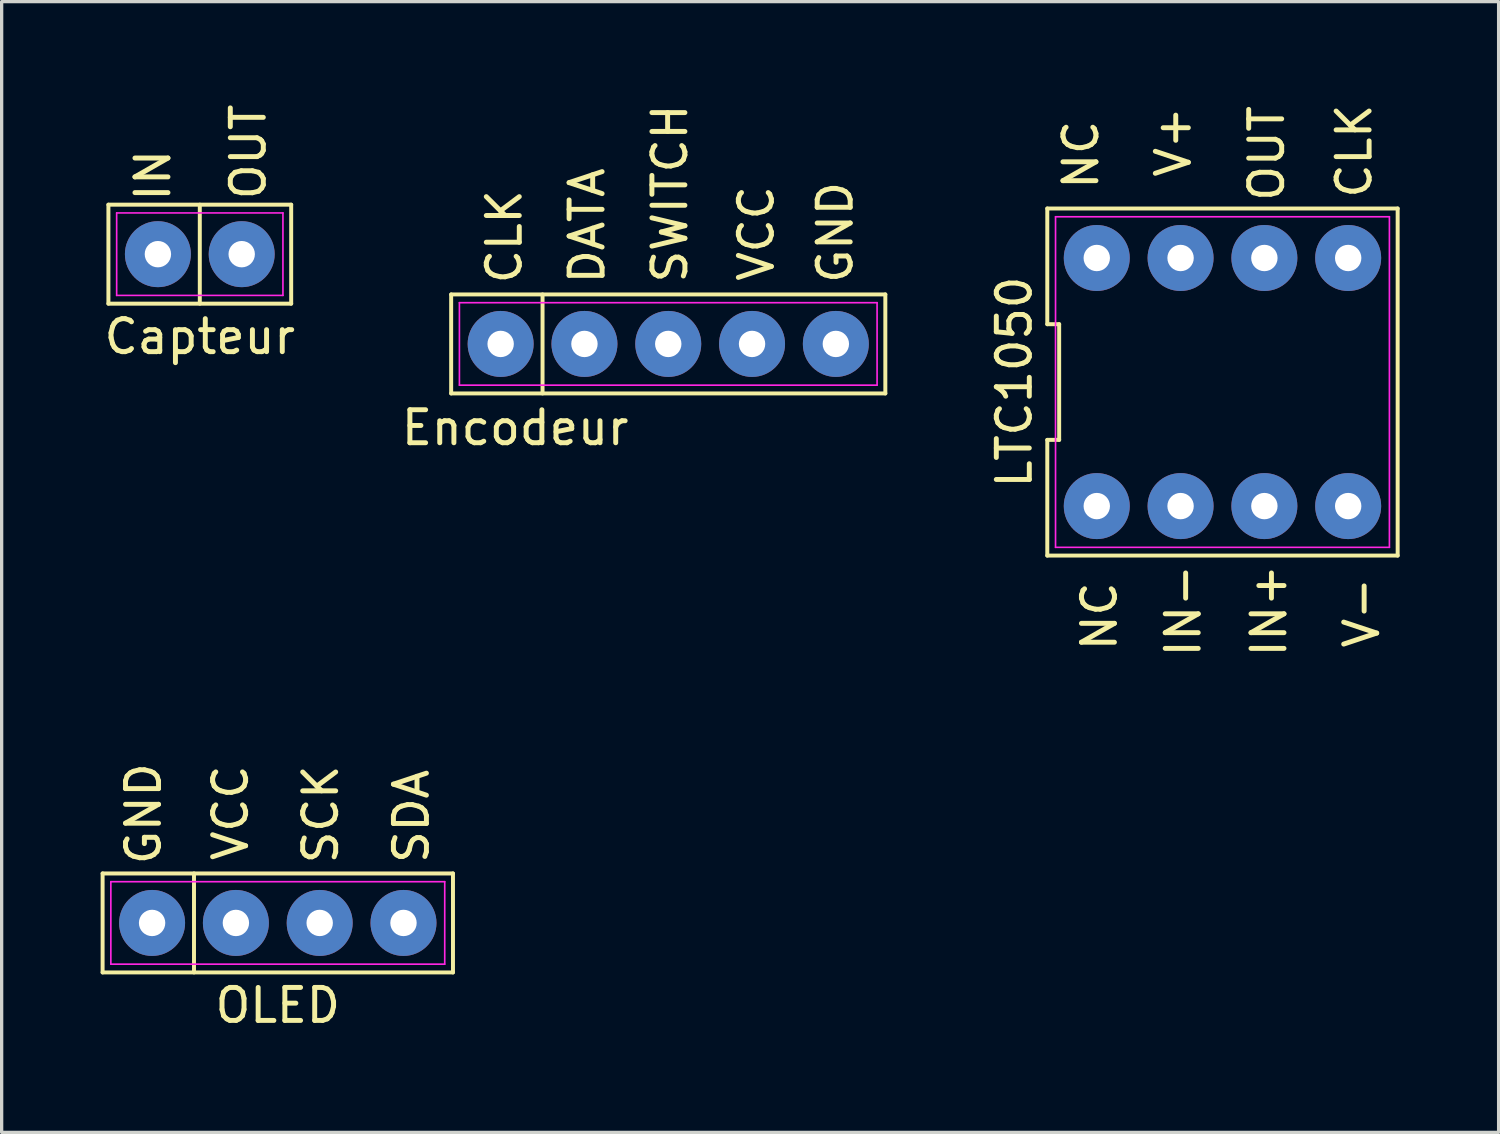
<source format=kicad_pcb>
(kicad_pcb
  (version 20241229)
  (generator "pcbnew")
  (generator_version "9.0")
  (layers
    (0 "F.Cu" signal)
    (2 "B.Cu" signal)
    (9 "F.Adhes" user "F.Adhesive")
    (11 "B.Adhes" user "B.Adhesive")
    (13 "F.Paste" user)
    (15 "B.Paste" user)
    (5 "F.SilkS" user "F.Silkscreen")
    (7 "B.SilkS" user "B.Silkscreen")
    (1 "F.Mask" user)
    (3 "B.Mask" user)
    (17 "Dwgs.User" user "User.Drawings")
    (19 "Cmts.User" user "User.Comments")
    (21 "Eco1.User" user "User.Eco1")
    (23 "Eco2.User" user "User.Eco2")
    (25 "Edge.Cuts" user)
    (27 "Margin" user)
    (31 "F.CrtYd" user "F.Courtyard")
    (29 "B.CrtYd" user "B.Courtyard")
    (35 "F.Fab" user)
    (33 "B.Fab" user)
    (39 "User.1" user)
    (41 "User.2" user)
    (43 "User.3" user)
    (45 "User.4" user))
  (footprint "Capteur"
    (layer "F.Cu")
    (at 3.006 4.654)
    (property "Reference" "Capteur" (at 0 2.5 0) (layer "F.SilkS") (effects (font (size 1 1) (thickness 0.15))))
    (attr through_hole)
    (fp_line (start -2.77 -1.5) (end 2.77 -1.5) (stroke (width 0.12) (type solid)) (layer "F.SilkS"))
    (fp_line (start -2.77 1.5) (end -2.77 -1.5) (stroke (width 0.12) (type solid)) (layer "F.SilkS"))
    (fp_line (start 0 -1.5) (end 0 1.5) (stroke (width 0.12) (type solid)) (layer "F.SilkS"))
    (fp_line (start 2.77 -1.5) (end 2.77 1.5) (stroke (width 0.12) (type solid)) (layer "F.SilkS"))
    (fp_line (start 2.77 1.5) (end -2.77 1.5) (stroke (width 0.12) (type solid)) (layer "F.SilkS"))
    (fp_line (start -2.52 -1.25) (end 2.52 -1.25) (stroke (width 0.05) (type solid)) (layer "F.CrtYd"))
    (fp_line (start -2.52 1.25) (end -2.52 -1.25) (stroke (width 0.05) (type solid)) (layer "F.CrtYd"))
    (fp_line (start 2.52 -1.25) (end 2.52 1.25) (stroke (width 0.05) (type solid)) (layer "F.CrtYd"))
    (fp_line (start 2.52 1.25) (end -2.52 1.25) (stroke (width 0.05) (type solid)) (layer "F.CrtYd"))
    (fp_text user "OUT" (at 1.47 -3.1 90) (layer "F.SilkS") (effects (font (size 1 1) (thickness 0.15))))
    (fp_text user "IN" (at -1.42 -2.39 90) (layer "F.SilkS") (effects (font (size 1 1) (thickness 0.15))))
    (pad "1" thru_hole circle (at -1.27 0) (size 2 2) (drill 0.8) (layers "*.Cu" "*.Mask"))
    (pad "2" thru_hole circle (at 1.27 0) (size 2 2) (drill 0.8) (layers "*.Cu" "*.Mask")))
  (footprint "OLED"
    (layer "F.Cu")
    (at 5.37 24.925)
    (property "Reference" "OLED" (at 0 2.5 0) (layer "F.SilkS") (effects (font (size 1 1) (thickness 0.15))))
    (attr through_hole)
    (fp_line (start -5.31 -1.5) (end 5.31 -1.5) (stroke (width 0.12) (type solid)) (layer "F.SilkS"))
    (fp_line (start -5.31 1.5) (end -5.31 -1.5) (stroke (width 0.12) (type solid)) (layer "F.SilkS"))
    (fp_line (start -2.54 -1.5) (end -2.54 1.5) (stroke (width 0.12) (type solid)) (layer "F.SilkS"))
    (fp_line (start 5.31 -1.5) (end 5.31 1.5) (stroke (width 0.12) (type solid)) (layer "F.SilkS"))
    (fp_line (start 5.31 1.5) (end -5.31 1.5) (stroke (width 0.12) (type solid)) (layer "F.SilkS"))
    (fp_line (start -5.06 -1.25) (end 5.06 -1.25) (stroke (width 0.05) (type solid)) (layer "F.CrtYd"))
    (fp_line (start -5.06 1.25) (end -5.06 -1.25) (stroke (width 0.05) (type solid)) (layer "F.CrtYd"))
    (fp_line (start 5.06 -1.25) (end 5.06 1.25) (stroke (width 0.05) (type solid)) (layer "F.CrtYd"))
    (fp_line (start 5.06 1.25) (end -5.06 1.25) (stroke (width 0.05) (type solid)) (layer "F.CrtYd"))
    (fp_text user "SDA" (at 4.05 -3.23 90) (layer "F.SilkS") (effects (font (size 1 1) (thickness 0.15))))
    (fp_text user "GND" (at -4.07 -3.31 90) (layer "F.SilkS") (effects (font (size 1 1) (thickness 0.15))))
    (fp_text user "VCC" (at -1.43 -3.34 90) (layer "F.SilkS") (effects (font (size 1 1) (thickness 0.15))))
    (fp_text user "SCK" (at 1.3 -3.29 90) (layer "F.SilkS") (effects (font (size 1 1) (thickness 0.15))))
    (pad "1" thru_hole circle (at -3.81 0) (size 2 2) (drill 0.8) (layers "*.Cu" "*.Mask"))
    (pad "2" thru_hole circle (at -1.27 0) (size 2 2) (drill 0.8) (layers "*.Cu" "*.Mask"))
    (pad "3" thru_hole circle (at 1.27 0) (size 2 2) (drill 0.8) (layers "*.Cu" "*.Mask"))
    (pad "4" thru_hole circle (at 3.81 0) (size 2 2) (drill 0.8) (layers "*.Cu" "*.Mask")))
  (footprint "Encodeur"
    (layer "F.Cu")
    (at 17.205 7.375)
    (property "Reference" "Encodeur" (at -4.64 2.54 0) (layer "F.SilkS") (effects (font (size 1 1) (thickness 0.15))))
    (attr through_hole)
    (fp_line (start -6.58 -1.5) (end 6.58 -1.5) (stroke (width 0.12) (type solid)) (layer "F.SilkS"))
    (fp_line (start -6.58 1.5) (end -6.58 -1.5) (stroke (width 0.12) (type solid)) (layer "F.SilkS"))
    (fp_line (start -3.81 -1.5) (end -3.81 1.5) (stroke (width 0.12) (type solid)) (layer "F.SilkS"))
    (fp_line (start 6.58 -1.5) (end 6.58 1.5) (stroke (width 0.12) (type solid)) (layer "F.SilkS"))
    (fp_line (start 6.58 1.5) (end -6.58 1.5) (stroke (width 0.12) (type solid)) (layer "F.SilkS"))
    (fp_line (start -6.33 -1.25) (end 6.33 -1.25) (stroke (width 0.05) (type solid)) (layer "F.CrtYd"))
    (fp_line (start -6.33 1.25) (end -6.33 -1.25) (stroke (width 0.05) (type solid)) (layer "F.CrtYd"))
    (fp_line (start 6.33 -1.25) (end 6.33 1.25) (stroke (width 0.05) (type solid)) (layer "F.CrtYd"))
    (fp_line (start 6.33 1.25) (end -6.33 1.25) (stroke (width 0.05) (type solid)) (layer "F.CrtYd"))
    (fp_text user "SWITCH" (at 0.05 -4.56 90) (layer "F.SilkS") (effects (font (size 1 1) (thickness 0.15))))
    (fp_text user "CLK" (at -4.97 -3.25 90) (layer "F.SilkS") (effects (font (size 1 1) (thickness 0.15))))
    (fp_text user "DATA" (at -2.46 -3.58 90) (layer "F.SilkS") (effects (font (size 1 1) (thickness 0.15))))
    (fp_text user "GND" (at 5.06 -3.38 90) (layer "F.SilkS") (effects (font (size 1 1) (thickness 0.15))))
    (fp_text user "VCC" (at 2.67 -3.35 90) (layer "F.SilkS") (effects (font (size 1 1) (thickness 0.15))))
    (pad "1" thru_hole circle (at -5.08 0) (size 2 2) (drill 0.8) (layers "*.Cu" "*.Mask"))
    (pad "2" thru_hole circle (at -2.54 0) (size 2 2) (drill 0.8) (layers "*.Cu" "*.Mask"))
    (pad "3" thru_hole circle (at 0 0) (size 2 2) (drill 0.8) (layers "*.Cu" "*.Mask"))
    (pad "4" thru_hole circle (at 2.54 0) (size 2 2) (drill 0.8) (layers "*.Cu" "*.Mask"))
    (pad "5" thru_hole circle (at 5.08 0) (size 2 2) (drill 0.8) (layers "*.Cu" "*.Mask")))
  (footprint "LTC1050"
    (layer "F.Cu")
    (at 34.004 8.53)
    (property "Reference" "LTC1050" (at -6.31 0 90) (layer "F.SilkS") (effects (font (size 1 1) (thickness 0.15))))
    (attr through_hole)
    (fp_line (start -5.31 -5.26) (end -5.31 -1.753) (stroke (width 0.12) (type solid)) (layer "F.SilkS"))
    (fp_line (start -5.31 -1.753) (end -4.95 -1.753) (stroke (width 0.12) (type solid)) (layer "F.SilkS"))
    (fp_line (start -5.31 1.753) (end -5.31 5.26) (stroke (width 0.12) (type solid)) (layer "F.SilkS"))
    (fp_line (start -5.31 5.26) (end 5.31 5.26) (stroke (width 0.12) (type solid)) (layer "F.SilkS"))
    (fp_line (start -4.95 -1.753) (end -4.95 1.753) (stroke (width 0.12) (type solid)) (layer "F.SilkS"))
    (fp_line (start -4.95 1.753) (end -5.31 1.753) (stroke (width 0.12) (type solid)) (layer "F.SilkS"))
    (fp_line (start 5.31 -5.26) (end -5.31 -5.26) (stroke (width 0.12) (type solid)) (layer "F.SilkS"))
    (fp_line (start 5.31 5.26) (end 5.31 -5.26) (stroke (width 0.12) (type solid)) (layer "F.SilkS"))
    (fp_line (start -5.06 -5.01) (end 5.06 -5.01) (stroke (width 0.05) (type solid)) (layer "F.CrtYd"))
    (fp_line (start -5.06 5.01) (end -5.06 -5.01) (stroke (width 0.05) (type solid)) (layer "F.CrtYd"))
    (fp_line (start 5.06 -5.01) (end 5.06 5.01) (stroke (width 0.05) (type solid)) (layer "F.CrtYd"))
    (fp_line (start 5.06 5.01) (end -5.06 5.01) (stroke (width 0.05) (type solid)) (layer "F.CrtYd"))
    (fp_text user "IN-" (at -1.19 6.93 90) (layer "F.SilkS") (effects (font (size 1 1) (thickness 0.15))))
    (fp_text user "NC" (at -3.73 7.1 90) (layer "F.SilkS") (effects (font (size 1 1) (thickness 0.15))))
    (fp_text user "V+" (at -1.49 -7.28 90) (layer "F.SilkS") (effects (font (size 1 1) (thickness 0.15))))
    (fp_text user "CLK" (at 3.99 -7 90) (layer "F.SilkS") (effects (font (size 1 1) (thickness 0.15))))
    (fp_text user "OUT" (at 1.34 -6.93 90) (layer "F.SilkS") (effects (font (size 1 1) (thickness 0.15))))
    (fp_text user "IN+" (at 1.41 6.93 90) (layer "F.SilkS") (effects (font (size 1 1) (thickness 0.15))))
    (fp_text user "NC" (at -4.29 -6.89 90) (layer "F.SilkS") (effects (font (size 1 1) (thickness 0.15))))
    (fp_text user "V-" (at 4.22 6.99 90) (layer "F.SilkS") (effects (font (size 1 1) (thickness 0.15))))
    (pad "1" thru_hole circle (at -3.81 3.76) (size 2 2) (drill 0.8) (layers "*.Cu" "*.Mask"))
    (pad "2" thru_hole circle (at -1.27 3.76) (size 2 2) (drill 0.8) (layers "*.Cu" "*.Mask"))
    (pad "3" thru_hole circle (at 1.27 3.76) (size 2 2) (drill 0.8) (layers "*.Cu" "*.Mask"))
    (pad "4" thru_hole circle (at 3.81 3.76) (size 2 2) (drill 0.8) (layers "*.Cu" "*.Mask"))
    (pad "5" thru_hole circle (at 3.81 -3.76) (size 2 2) (drill 0.8) (layers "*.Cu" "*.Mask"))
    (pad "6" thru_hole circle (at 1.27 -3.76) (size 2 2) (drill 0.8) (layers "*.Cu" "*.Mask"))
    (pad "7" thru_hole circle (at -1.27 -3.76) (size 2 2) (drill 0.8) (layers "*.Cu" "*.Mask"))
    (pad "8" thru_hole circle (at -3.81 -3.76) (size 2 2) (drill 0.8) (layers "*.Cu" "*.Mask")))
  (gr_rect
    (start -3 -3)
    (end 42.374 31.273)
    (stroke (width 0.1) (type default))
    (fill no)
    (layer "Edge.Cuts")))
</source>
